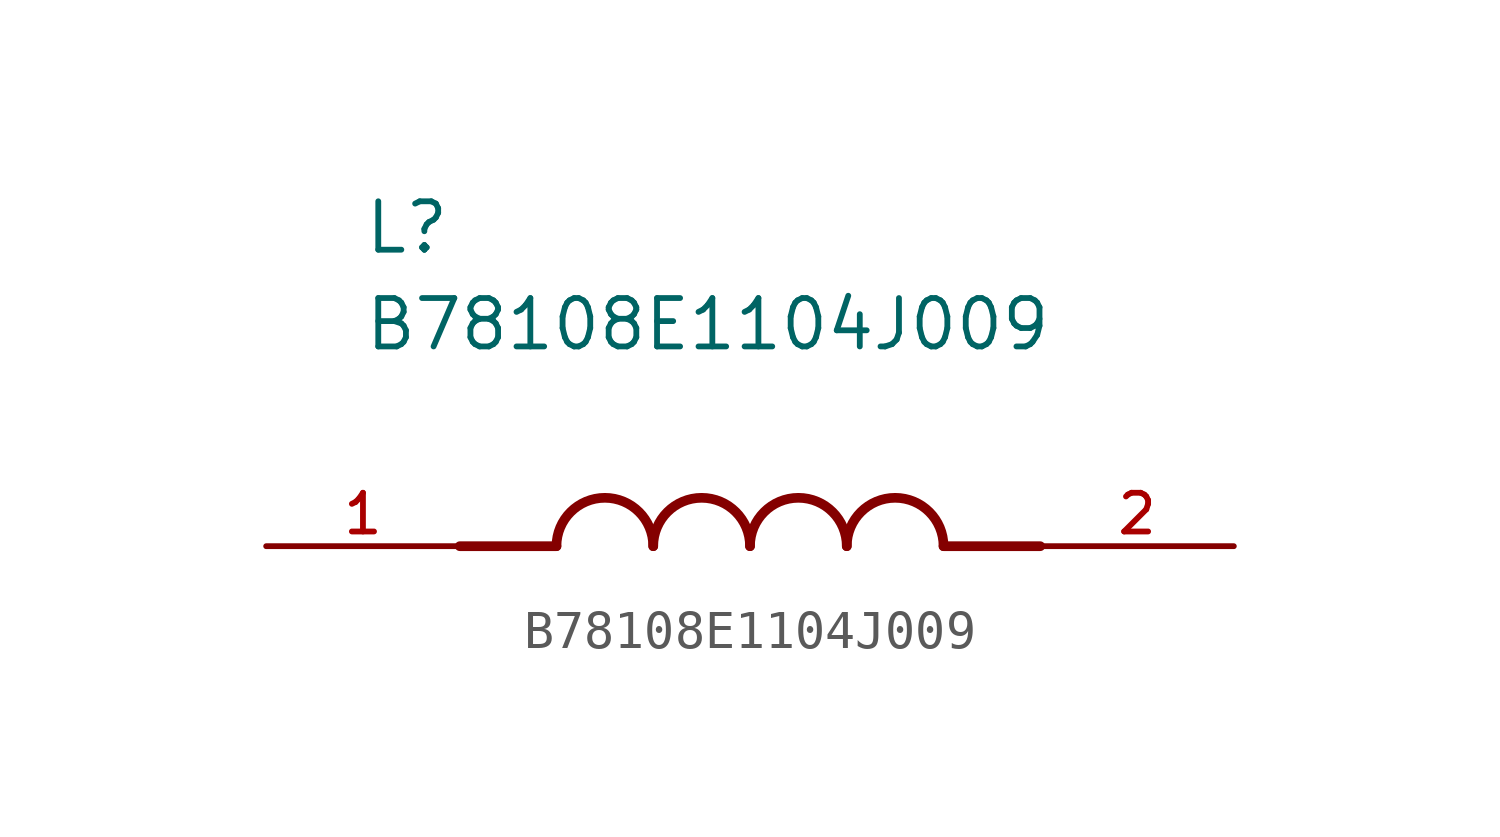
<source format=kicad_sym>
(kicad_symbol_lib
  (version 20211014)
  (generator kicad_symbol_editor)
  (symbol "B78108E1104J009"
    (pin_names
      (offset 1.016))
    (property "Reference" "L"
      (at -10.16 7.62 0)
      (effects (font (size 1.27 1.27)) (justify bottom left)))
    (property "Value" "B78108E1104J009"
      (at -10.16 5.08 0)
      (effects (font (size 1.27 1.27)) (justify bottom left)))
    (symbol "B78108E1104J009_0_0"
      (polyline (pts (xy -5.08 0.0) (xy -7.62 0.0)) (stroke (width 0.254)))
      (polyline (pts (xy 5.08 0.0) (xy 7.62 0.0)) (stroke (width 0.254)))
      (arc (start -2.54 0.0) (mid -3.81 1.27) (end -5.08 0.0) (stroke (width 0.254) (type default) (color 0 0 0 0)) (fill (type none)))
      (arc (start 0.0 0.0) (mid -1.27 1.27) (end -2.54 0.0) (stroke (width 0.254) (type default) (color 0 0 0 0)) (fill (type none)))
      (arc (start 2.54 0.0) (mid 1.27 1.27) (end 0.0 0.0) (stroke (width 0.254) (type default) (color 0 0 0 0)) (fill (type none)))
      (arc (start 5.08 0.0) (mid 3.81 1.27) (end 2.54 0.0) (stroke (width 0.254) (type default) (color 0 0 0 0)) (fill (type none)))
      (pin passive line (at -12.7 0.0 0) (length 5.08) (name "~" (effects (font (size 1.016 1.016)))) (number "1" (effects (font (size 1.016 1.016)))))
      (pin passive line (at 12.7 0.0 180.0) (length 5.08) (name "~" (effects (font (size 1.016 1.016)))) (number "2" (effects (font (size 1.016 1.016))))))))
</source>
